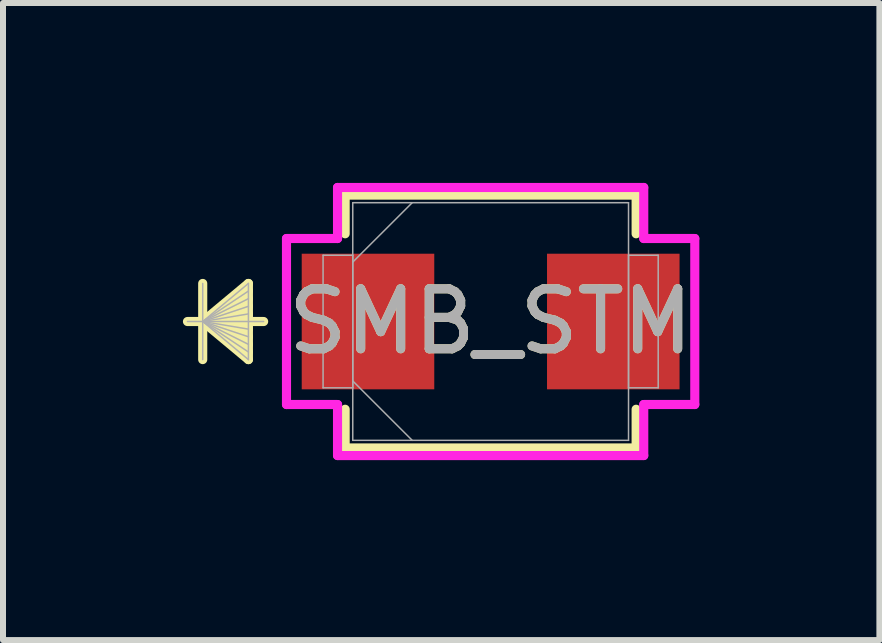
<source format=kicad_pcb>
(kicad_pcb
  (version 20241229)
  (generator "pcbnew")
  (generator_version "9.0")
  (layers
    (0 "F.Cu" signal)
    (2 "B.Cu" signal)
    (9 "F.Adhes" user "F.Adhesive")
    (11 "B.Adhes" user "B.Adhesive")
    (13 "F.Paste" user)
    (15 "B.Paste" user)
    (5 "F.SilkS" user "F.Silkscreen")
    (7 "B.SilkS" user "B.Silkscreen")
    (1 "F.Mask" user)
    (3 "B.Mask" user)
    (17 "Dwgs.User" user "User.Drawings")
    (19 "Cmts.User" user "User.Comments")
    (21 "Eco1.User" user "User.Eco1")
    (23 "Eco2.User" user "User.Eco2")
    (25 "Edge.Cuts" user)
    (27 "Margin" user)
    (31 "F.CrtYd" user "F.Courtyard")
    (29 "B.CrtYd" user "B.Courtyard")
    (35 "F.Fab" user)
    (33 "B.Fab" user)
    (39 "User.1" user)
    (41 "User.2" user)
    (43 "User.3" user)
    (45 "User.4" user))
  (footprint "SMB_STM"
    (layer "F.Cu")
    (at 5.131 2.311)
    (property "Reference" "SMB_STM" (at 0 0 0) (unlocked yes) (layer "F.SilkS") (effects (font (size 1 1) (thickness 0.15))))
    (attr smd)
    (fp_line (start -4.801 -0.635) (end -4.801 0.635) (stroke (width 0.152) (type solid)) (layer "F.SilkS"))
    (fp_line (start -4.801 0) (end -4.039 -0.635) (stroke (width 0.152) (type solid)) (layer "F.SilkS"))
    (fp_line (start -4.801 0) (end -4.039 -0.508) (stroke (width 0.152) (type solid)) (layer "F.SilkS"))
    (fp_line (start -4.801 0) (end -4.039 -0.381) (stroke (width 0.152) (type solid)) (layer "F.SilkS"))
    (fp_line (start -4.801 0) (end -4.039 -0.254) (stroke (width 0.152) (type solid)) (layer "F.SilkS"))
    (fp_line (start -4.801 0) (end -4.039 -0.127) (stroke (width 0.152) (type solid)) (layer "F.SilkS"))
    (fp_line (start -4.801 0) (end -4.039 0.127) (stroke (width 0.152) (type solid)) (layer "F.SilkS"))
    (fp_line (start -4.801 0) (end -4.039 0.254) (stroke (width 0.152) (type solid)) (layer "F.SilkS"))
    (fp_line (start -4.801 0) (end -4.039 0.381) (stroke (width 0.152) (type solid)) (layer "F.SilkS"))
    (fp_line (start -4.801 0) (end -4.039 0.508) (stroke (width 0.152) (type solid)) (layer "F.SilkS"))
    (fp_line (start -4.801 0) (end -4.039 0.635) (stroke (width 0.152) (type solid)) (layer "F.SilkS"))
    (fp_line (start -4.039 -0.635) (end -4.039 0.635) (stroke (width 0.152) (type solid)) (layer "F.SilkS"))
    (fp_line (start -3.785 0) (end -5.055 0) (stroke (width 0.152) (type solid)) (layer "F.SilkS"))
    (fp_line (start -2.426 -2.108) (end -2.426 -1.463) (stroke (width 0.152) (type solid)) (layer "F.SilkS"))
    (fp_line (start -2.426 1.463) (end -2.426 2.108) (stroke (width 0.152) (type solid)) (layer "F.SilkS"))
    (fp_line (start -2.426 2.108) (end 2.426 2.108) (stroke (width 0.152) (type solid)) (layer "F.SilkS"))
    (fp_line (start 2.426 -2.108) (end -2.426 -2.108) (stroke (width 0.152) (type solid)) (layer "F.SilkS"))
    (fp_line (start 2.426 -1.463) (end 2.426 -2.108) (stroke (width 0.152) (type solid)) (layer "F.SilkS"))
    (fp_line (start 2.426 2.108) (end 2.426 1.463) (stroke (width 0.152) (type solid)) (layer "F.SilkS"))
    (fp_line (start -3.404 -1.384) (end -2.553 -1.384) (stroke (width 0.152) (type solid)) (layer "F.CrtYd"))
    (fp_line (start -3.404 1.384) (end -3.404 -1.384) (stroke (width 0.152) (type solid)) (layer "F.CrtYd"))
    (fp_line (start -2.553 -2.235) (end 2.553 -2.235) (stroke (width 0.152) (type solid)) (layer "F.CrtYd"))
    (fp_line (start -2.553 -1.384) (end -2.553 -2.235) (stroke (width 0.152) (type solid)) (layer "F.CrtYd"))
    (fp_line (start -2.553 1.384) (end -3.404 1.384) (stroke (width 0.152) (type solid)) (layer "F.CrtYd"))
    (fp_line (start -2.553 2.235) (end -2.553 1.384) (stroke (width 0.152) (type solid)) (layer "F.CrtYd"))
    (fp_line (start 2.553 -2.235) (end 2.553 -1.384) (stroke (width 0.152) (type solid)) (layer "F.CrtYd"))
    (fp_line (start 2.553 -1.384) (end 3.404 -1.384) (stroke (width 0.152) (type solid)) (layer "F.CrtYd"))
    (fp_line (start 2.553 1.384) (end 2.553 2.235) (stroke (width 0.152) (type solid)) (layer "F.CrtYd"))
    (fp_line (start 2.553 2.235) (end -2.553 2.235) (stroke (width 0.152) (type solid)) (layer "F.CrtYd"))
    (fp_line (start 3.404 -1.384) (end 3.404 1.384) (stroke (width 0.152) (type solid)) (layer "F.CrtYd"))
    (fp_line (start 3.404 1.384) (end 2.553 1.384) (stroke (width 0.152) (type solid)) (layer "F.CrtYd"))
    (fp_line (start -4.801 -0.635) (end -4.801 0.635) (stroke (width 0.025) (type solid)) (layer "F.Fab"))
    (fp_line (start -4.801 0) (end -4.039 -0.635) (stroke (width 0.025) (type solid)) (layer "F.Fab"))
    (fp_line (start -4.801 0) (end -4.039 -0.508) (stroke (width 0.025) (type solid)) (layer "F.Fab"))
    (fp_line (start -4.801 0) (end -4.039 -0.381) (stroke (width 0.025) (type solid)) (layer "F.Fab"))
    (fp_line (start -4.801 0) (end -4.039 -0.254) (stroke (width 0.025) (type solid)) (layer "F.Fab"))
    (fp_line (start -4.801 0) (end -4.039 -0.127) (stroke (width 0.025) (type solid)) (layer "F.Fab"))
    (fp_line (start -4.801 0) (end -4.039 0.127) (stroke (width 0.025) (type solid)) (layer "F.Fab"))
    (fp_line (start -4.801 0) (end -4.039 0.254) (stroke (width 0.025) (type solid)) (layer "F.Fab"))
    (fp_line (start -4.801 0) (end -4.039 0.381) (stroke (width 0.025) (type solid)) (layer "F.Fab"))
    (fp_line (start -4.801 0) (end -4.039 0.508) (stroke (width 0.025) (type solid)) (layer "F.Fab"))
    (fp_line (start -4.801 0) (end -4.039 0.635) (stroke (width 0.025) (type solid)) (layer "F.Fab"))
    (fp_line (start -4.039 -0.635) (end -4.039 0.635) (stroke (width 0.025) (type solid)) (layer "F.Fab"))
    (fp_line (start -3.785 0) (end -5.055 0) (stroke (width 0.025) (type solid)) (layer "F.Fab"))
    (fp_line (start -2.794 -1.105) (end -2.794 1.105) (stroke (width 0.025) (type solid)) (layer "F.Fab"))
    (fp_line (start -2.794 1.105) (end -2.299 1.105) (stroke (width 0.025) (type solid)) (layer "F.Fab"))
    (fp_line (start -2.299 -1.981) (end -2.299 1.981) (stroke (width 0.025) (type solid)) (layer "F.Fab"))
    (fp_line (start -2.299 -1.105) (end -2.794 -1.105) (stroke (width 0.025) (type solid)) (layer "F.Fab"))
    (fp_line (start -2.299 -0.991) (end -1.308 -1.981) (stroke (width 0.025) (type solid)) (layer "F.Fab"))
    (fp_line (start -2.299 0.991) (end -1.308 1.981) (stroke (width 0.025) (type solid)) (layer "F.Fab"))
    (fp_line (start -2.299 1.105) (end -2.299 -1.105) (stroke (width 0.025) (type solid)) (layer "F.Fab"))
    (fp_line (start -2.299 1.981) (end 2.299 1.981) (stroke (width 0.025) (type solid)) (layer "F.Fab"))
    (fp_line (start 2.299 -1.981) (end -2.299 -1.981) (stroke (width 0.025) (type solid)) (layer "F.Fab"))
    (fp_line (start 2.299 -1.105) (end 2.299 1.105) (stroke (width 0.025) (type solid)) (layer "F.Fab"))
    (fp_line (start 2.299 1.105) (end 2.794 1.105) (stroke (width 0.025) (type solid)) (layer "F.Fab"))
    (fp_line (start 2.299 1.981) (end 2.299 -1.981) (stroke (width 0.025) (type solid)) (layer "F.Fab"))
    (fp_line (start 2.794 -1.105) (end 2.299 -1.105) (stroke (width 0.025) (type solid)) (layer "F.Fab"))
    (fp_line (start 2.794 1.105) (end 2.794 -1.105) (stroke (width 0.025) (type solid)) (layer "F.Fab"))
    (fp_text user "${REFERENCE}" (at 0 0 0) (unlocked yes) (layer "F.Fab") (effects (font (size 1 1) (thickness 0.15))))
    (pad "1" smd rect (at -2.045 0) (size 2.21 2.261) (layers "F.Cu" "F.Mask" "F.Paste"))
    (pad "2" smd rect (at 2.045 0) (size 2.21 2.261) (layers "F.Cu" "F.Mask" "F.Paste"))
    (zone (net_name "") (layer "F.Cu") (hatch full 0.508) (connect_pads) (min_thickness 0.254) (filled_areas_thickness no) (keepout (tracks not_allowed) (vias not_allowed) (pads allowed) (copperpour not_allowed) (footprints allowed)) (placement (enabled no)) (fill) (polygon (pts (xy 4.242 0.381) (xy 6.02 0.381) (xy 6.02 4.242) (xy 4.242 4.242)))))
  (gr_rect
    (start -3 -3)
    (end 11.613 7.623)
    (stroke (width 0.1) (type default))
    (fill no)
    (layer "Edge.Cuts")))
</source>
